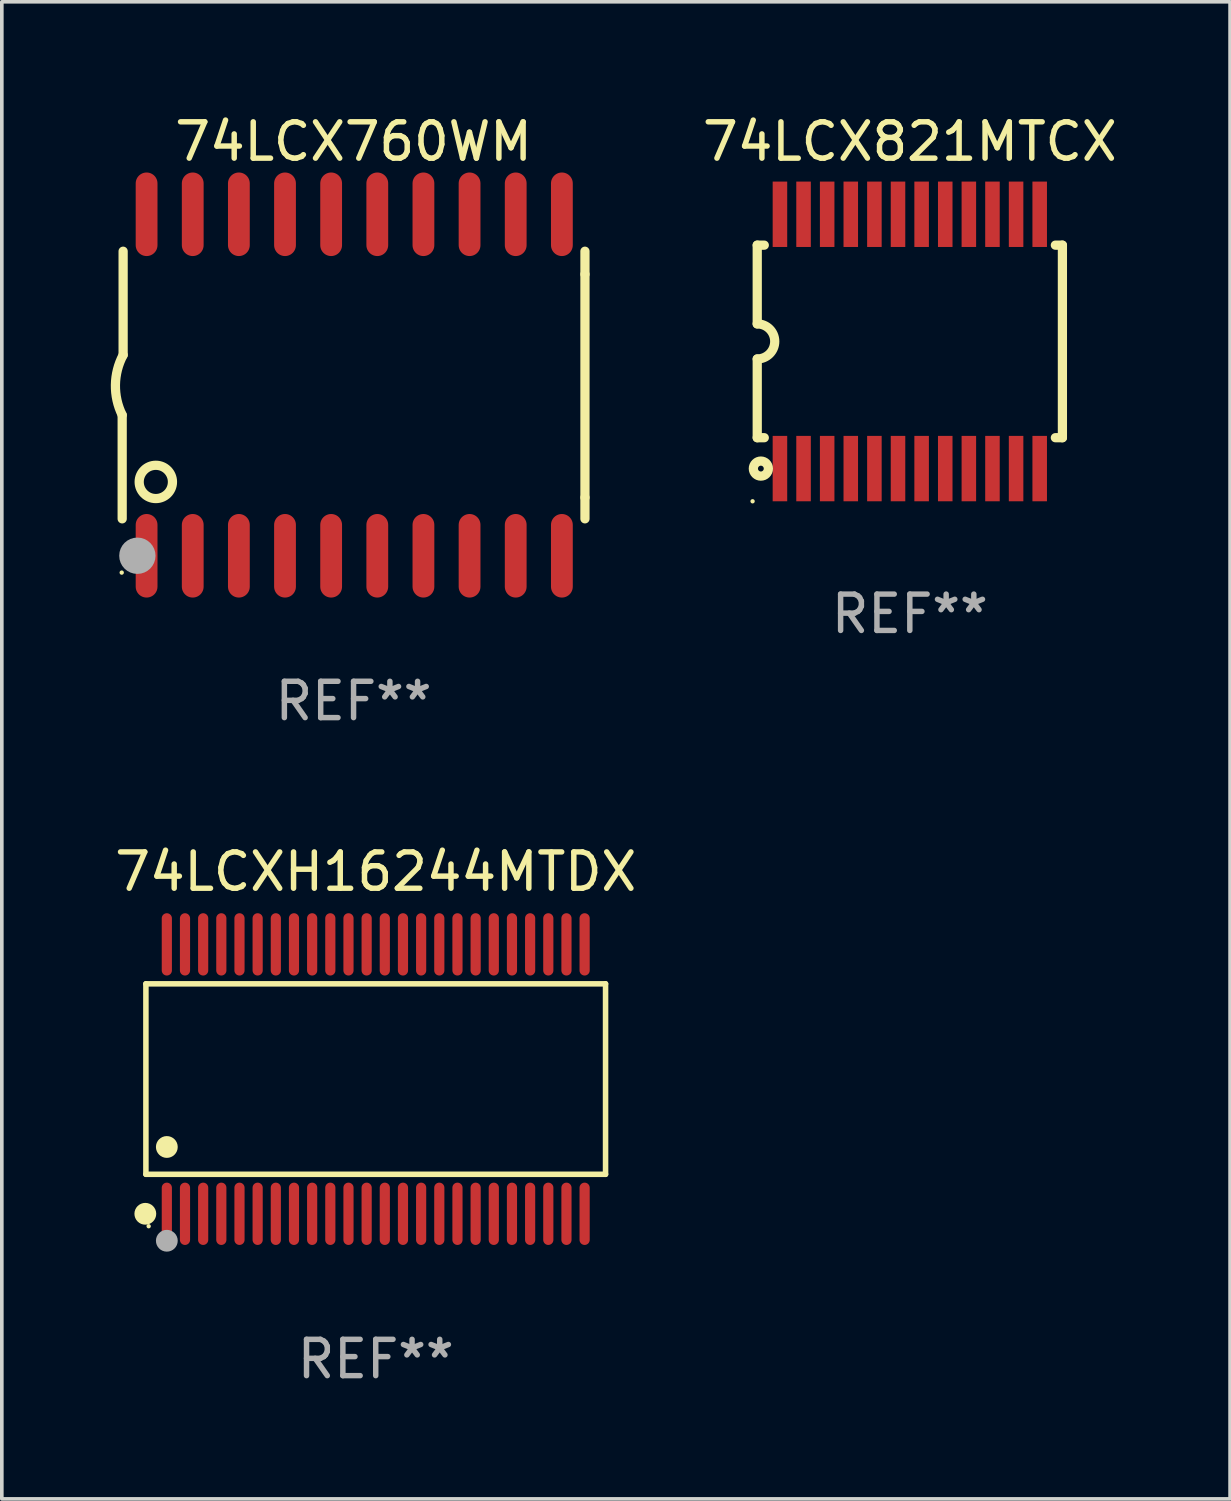
<source format=kicad_pcb>
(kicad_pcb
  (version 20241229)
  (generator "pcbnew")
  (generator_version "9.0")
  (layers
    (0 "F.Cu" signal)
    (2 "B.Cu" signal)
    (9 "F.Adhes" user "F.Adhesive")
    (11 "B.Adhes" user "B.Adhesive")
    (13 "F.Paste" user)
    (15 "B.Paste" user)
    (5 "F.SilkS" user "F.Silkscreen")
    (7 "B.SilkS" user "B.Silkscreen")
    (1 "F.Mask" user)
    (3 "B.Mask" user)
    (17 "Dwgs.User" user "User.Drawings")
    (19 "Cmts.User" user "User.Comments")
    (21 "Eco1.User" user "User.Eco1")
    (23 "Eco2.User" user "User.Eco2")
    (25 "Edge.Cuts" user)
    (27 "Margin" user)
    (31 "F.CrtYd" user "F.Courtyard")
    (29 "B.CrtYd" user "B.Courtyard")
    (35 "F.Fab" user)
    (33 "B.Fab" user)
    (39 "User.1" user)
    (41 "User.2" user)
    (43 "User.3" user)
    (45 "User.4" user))
  (footprint "74LCX821MTCX"
    (layer "F.Cu")
    (at 21.993 6.348)
    (property "Reference" "74LCX821MTCX" (at 0 -5.5 0) (layer "F.SilkS") (effects (font (size 1 1) (thickness 0.15))))
    (attr through_hole)
    (fp_line (start -4.2 -2.65) (end -4.006 -2.65) (stroke (width 0.254) (type solid)) (layer "F.SilkS"))
    (fp_line (start -4.2 -0.483) (end -4.2 -2.65) (stroke (width 0.254) (type solid)) (layer "F.SilkS"))
    (fp_line (start -4.2 2.65) (end -4.2 0.483) (stroke (width 0.254) (type solid)) (layer "F.SilkS"))
    (fp_line (start -4.2 2.65) (end -4.006 2.65) (stroke (width 0.254) (type solid)) (layer "F.SilkS"))
    (fp_line (start 4.006 -2.65) (end 4.2 -2.65) (stroke (width 0.254) (type solid)) (layer "F.SilkS"))
    (fp_line (start 4.006 2.65) (end 4.2 2.65) (stroke (width 0.254) (type solid)) (layer "F.SilkS"))
    (fp_line (start 4.2 -2.65) (end 4.2 2.65) (stroke (width 0.254) (type solid)) (layer "F.SilkS"))
    (fp_arc (start -4.201168 -0.4826) (mid -3.718568 -0.000583) (end -4.2 0.482601) (stroke (width 0.254001) (type solid)) (layer "F.SilkS"))
    (fp_circle (center -4.328 4.4) (end -4.298 4.4) (stroke (width 0.06) (type solid)) (fill no) (layer "F.SilkS"))
    (fp_circle (center -4.1 3.5) (end -4.02 3.5) (stroke (width 0.254) (type solid)) (fill no) (layer "F.SilkS"))
    (fp_text user "REF**" (at 0 7.5 0) (layer "F.Fab") (effects (font (size 1 1) (thickness 0.15))))
    (pad "1" smd rect (at -3.575 3.5 90) (size 1.8 0.4) (layers "F.Cu" "F.Mask" "F.Paste"))
    (pad "2" smd rect (at -2.925 3.5 90) (size 1.8 0.4) (layers "F.Cu" "F.Mask" "F.Paste"))
    (pad "3" smd rect (at -2.275 3.5 90) (size 1.8 0.4) (layers "F.Cu" "F.Mask" "F.Paste"))
    (pad "4" smd rect (at -1.625 3.5 90) (size 1.8 0.4) (layers "F.Cu" "F.Mask" "F.Paste"))
    (pad "5" smd rect (at -0.975 3.5 90) (size 1.8 0.4) (layers "F.Cu" "F.Mask" "F.Paste"))
    (pad "6" smd rect (at -0.325 3.5 90) (size 1.8 0.4) (layers "F.Cu" "F.Mask" "F.Paste"))
    (pad "7" smd rect (at 0.325 3.5 90) (size 1.8 0.4) (layers "F.Cu" "F.Mask" "F.Paste"))
    (pad "8" smd rect (at 0.975 3.5 90) (size 1.8 0.4) (layers "F.Cu" "F.Mask" "F.Paste"))
    (pad "9" smd rect (at 1.625 3.5 90) (size 1.8 0.4) (layers "F.Cu" "F.Mask" "F.Paste"))
    (pad "10" smd rect (at 2.275 3.5 90) (size 1.8 0.4) (layers "F.Cu" "F.Mask" "F.Paste"))
    (pad "11" smd rect (at 2.925 3.5 90) (size 1.8 0.4) (layers "F.Cu" "F.Mask" "F.Paste"))
    (pad "12" smd rect (at 3.575 3.5 90) (size 1.8 0.4) (layers "F.Cu" "F.Mask" "F.Paste"))
    (pad "13" smd rect (at 3.575 -3.5 90) (size 1.8 0.4) (layers "F.Cu" "F.Mask" "F.Paste"))
    (pad "14" smd rect (at 2.925 -3.5 90) (size 1.8 0.4) (layers "F.Cu" "F.Mask" "F.Paste"))
    (pad "15" smd rect (at 2.275 -3.5 90) (size 1.8 0.4) (layers "F.Cu" "F.Mask" "F.Paste"))
    (pad "16" smd rect (at 1.625 -3.5 90) (size 1.8 0.4) (layers "F.Cu" "F.Mask" "F.Paste"))
    (pad "17" smd rect (at 0.975 -3.5 90) (size 1.8 0.4) (layers "F.Cu" "F.Mask" "F.Paste"))
    (pad "18" smd rect (at 0.325 -3.5 90) (size 1.8 0.4) (layers "F.Cu" "F.Mask" "F.Paste"))
    (pad "19" smd rect (at -0.325 -3.5 90) (size 1.8 0.4) (layers "F.Cu" "F.Mask" "F.Paste"))
    (pad "20" smd rect (at -0.975 -3.5 90) (size 1.8 0.4) (layers "F.Cu" "F.Mask" "F.Paste"))
    (pad "21" smd rect (at -1.625 -3.5 90) (size 1.8 0.4) (layers "F.Cu" "F.Mask" "F.Paste"))
    (pad "22" smd rect (at -2.275 -3.5 90) (size 1.8 0.4) (layers "F.Cu" "F.Mask" "F.Paste"))
    (pad "23" smd rect (at -2.925 -3.5 90) (size 1.8 0.4) (layers "F.Cu" "F.Mask" "F.Paste"))
    (pad "24" smd rect (at -3.575 -3.5 90) (size 1.8 0.4) (layers "F.Cu" "F.Mask" "F.Paste")))
  (footprint "74LCX760WM"
    (layer "F.Cu")
    (at 6.682 7.548)
    (property "Reference" "74LCX760WM" (at 0 -6.7 0) (layer "F.SilkS") (effects (font (size 1 1) (thickness 0.15))))
    (attr through_hole)
    (fp_line (start -6.369 0.826) (end -6.369 3.683) (stroke (width 0.254) (type solid)) (layer "F.SilkS"))
    (fp_line (start -6.343 -0.825) (end -6.343 -3.683) (stroke (width 0.254) (type solid)) (layer "F.SilkS"))
    (fp_line (start 6.369 -3.048) (end 6.369 -3.683) (stroke (width 0.254) (type solid)) (layer "F.SilkS"))
    (fp_line (start 6.369 -3.048) (end 6.369 3.096) (stroke (width 0.254) (type solid)) (layer "F.SilkS"))
    (fp_line (start 6.369 3.096) (end 6.369 3.683) (stroke (width 0.254) (type solid)) (layer "F.SilkS"))
    (fp_arc (start -6.36853 0.825552) (mid -6.554743 -0.00301) (end -6.343129 -0.825451) (stroke (width 0.254001) (type solid)) (layer "F.SilkS"))
    (fp_circle (center -6.382 5.163) (end -6.352 5.163) (stroke (width 0.06) (type solid)) (fill no) (layer "F.SilkS"))
    (fp_circle (center -5.443 2.667) (end -4.985 2.667) (stroke (width 0.254) (type solid)) (fill no) (layer "F.SilkS"))
    (fp_circle (center -5.951 4.699) (end -5.701 4.699) (stroke (width 0.5) (type solid)) (fill no) (layer "F.Fab"))
    (fp_text user "REF**" (at 0 8.7 0) (layer "F.Fab") (effects (font (size 1 1) (thickness 0.15))))
    (pad "1" smd oval (at -5.697 4.7 180) (size 0.6 2.3) (layers "F.Cu" "F.Mask" "F.Paste"))
    (pad "2" smd oval (at -4.427 4.7 180) (size 0.6 2.3) (layers "F.Cu" "F.Mask" "F.Paste"))
    (pad "3" smd oval (at -3.157 4.7 180) (size 0.6 2.3) (layers "F.Cu" "F.Mask" "F.Paste"))
    (pad "4" smd oval (at -1.887 4.7 180) (size 0.6 2.3) (layers "F.Cu" "F.Mask" "F.Paste"))
    (pad "5" smd oval (at -0.617 4.7 180) (size 0.6 2.3) (layers "F.Cu" "F.Mask" "F.Paste"))
    (pad "6" smd oval (at 0.653 4.7 180) (size 0.6 2.3) (layers "F.Cu" "F.Mask" "F.Paste"))
    (pad "7" smd oval (at 1.923 4.7 180) (size 0.6 2.3) (layers "F.Cu" "F.Mask" "F.Paste"))
    (pad "8" smd oval (at 3.193 4.7 180) (size 0.6 2.3) (layers "F.Cu" "F.Mask" "F.Paste"))
    (pad "9" smd oval (at 4.463 4.7 180) (size 0.6 2.3) (layers "F.Cu" "F.Mask" "F.Paste"))
    (pad "10" smd oval (at 5.734 4.7 180) (size 0.6 2.3) (layers "F.Cu" "F.Mask" "F.Paste"))
    (pad "11" smd oval (at 5.734 -4.7 180) (size 0.6 2.3) (layers "F.Cu" "F.Mask" "F.Paste"))
    (pad "12" smd oval (at 4.463 -4.7 180) (size 0.6 2.3) (layers "F.Cu" "F.Mask" "F.Paste"))
    (pad "13" smd oval (at 3.193 -4.7 180) (size 0.6 2.3) (layers "F.Cu" "F.Mask" "F.Paste"))
    (pad "14" smd oval (at 1.923 -4.7 180) (size 0.6 2.3) (layers "F.Cu" "F.Mask" "F.Paste"))
    (pad "15" smd oval (at 0.653 -4.7 180) (size 0.6 2.3) (layers "F.Cu" "F.Mask" "F.Paste"))
    (pad "16" smd oval (at -0.617 -4.7 180) (size 0.6 2.3) (layers "F.Cu" "F.Mask" "F.Paste"))
    (pad "17" smd oval (at -1.887 -4.7 180) (size 0.6 2.3) (layers "F.Cu" "F.Mask" "F.Paste"))
    (pad "18" smd oval (at -3.157 -4.7 180) (size 0.6 2.3) (layers "F.Cu" "F.Mask" "F.Paste"))
    (pad "19" smd oval (at -4.427 -4.7 180) (size 0.6 2.3) (layers "F.Cu" "F.Mask" "F.Paste"))
    (pad "20" smd oval (at -5.697 -4.7 180) (size 0.6 2.3) (layers "F.Cu" "F.Mask" "F.Paste")))
  (footprint "74LCXH16244MTDX"
    (layer "F.Cu")
    (at 7.292 26.652)
    (property "Reference" "74LCXH16244MTDX" (at 0 -5.708 0) (layer "F.SilkS") (effects (font (size 1 1) (thickness 0.15))))
    (attr through_hole)
    (fp_line (start -6.326 -2.622) (end 6.326 -2.622) (stroke (width 0.152) (type solid)) (layer "F.SilkS"))
    (fp_line (start -6.326 2.621) (end -6.326 -2.622) (stroke (width 0.152) (type solid)) (layer "F.SilkS"))
    (fp_line (start 6.326 -2.622) (end 6.326 2.621) (stroke (width 0.152) (type solid)) (layer "F.SilkS"))
    (fp_line (start 6.326 2.621) (end -6.326 2.621) (stroke (width 0.152) (type solid)) (layer "F.SilkS"))
    (fp_circle (center -6.342 3.708) (end -6.192 3.708) (stroke (width 0.3) (type solid)) (fill no) (layer "F.SilkS"))
    (fp_circle (center -6.25 4.05) (end -6.22 4.05) (stroke (width 0.06) (type solid)) (fill no) (layer "F.SilkS"))
    (fp_circle (center -5.75 1.869) (end -5.6 1.869) (stroke (width 0.3) (type solid)) (fill no) (layer "F.SilkS"))
    (fp_circle (center -5.75 4.45) (end -5.6 4.45) (stroke (width 0.3) (type solid)) (fill no) (layer "F.Fab"))
    (fp_text user "REF**" (at 0 7.708 0) (layer "F.Fab") (effects (font (size 1 1) (thickness 0.15))))
    (pad "1" smd oval (at -5.75 3.708) (size 0.28 1.715) (layers "F.Cu" "F.Mask" "F.Paste"))
    (pad "2" smd oval (at -5.25 3.708) (size 0.28 1.715) (layers "F.Cu" "F.Mask" "F.Paste"))
    (pad "3" smd oval (at -4.75 3.708) (size 0.28 1.715) (layers "F.Cu" "F.Mask" "F.Paste"))
    (pad "4" smd oval (at -4.25 3.708) (size 0.28 1.715) (layers "F.Cu" "F.Mask" "F.Paste"))
    (pad "5" smd oval (at -3.75 3.708) (size 0.28 1.715) (layers "F.Cu" "F.Mask" "F.Paste"))
    (pad "6" smd oval (at -3.25 3.708) (size 0.28 1.715) (layers "F.Cu" "F.Mask" "F.Paste"))
    (pad "7" smd oval (at -2.75 3.708) (size 0.28 1.715) (layers "F.Cu" "F.Mask" "F.Paste"))
    (pad "8" smd oval (at -2.25 3.708) (size 0.28 1.715) (layers "F.Cu" "F.Mask" "F.Paste"))
    (pad "9" smd oval (at -1.75 3.708) (size 0.28 1.715) (layers "F.Cu" "F.Mask" "F.Paste"))
    (pad "10" smd oval (at -1.25 3.708) (size 0.28 1.715) (layers "F.Cu" "F.Mask" "F.Paste"))
    (pad "11" smd oval (at -0.75 3.708) (size 0.28 1.715) (layers "F.Cu" "F.Mask" "F.Paste"))
    (pad "12" smd oval (at -0.25 3.708) (size 0.28 1.715) (layers "F.Cu" "F.Mask" "F.Paste"))
    (pad "13" smd oval (at 0.25 3.708) (size 0.28 1.715) (layers "F.Cu" "F.Mask" "F.Paste"))
    (pad "14" smd oval (at 0.75 3.708) (size 0.28 1.715) (layers "F.Cu" "F.Mask" "F.Paste"))
    (pad "15" smd oval (at 1.25 3.708) (size 0.28 1.715) (layers "F.Cu" "F.Mask" "F.Paste"))
    (pad "16" smd oval (at 1.75 3.708) (size 0.28 1.715) (layers "F.Cu" "F.Mask" "F.Paste"))
    (pad "17" smd oval (at 2.25 3.708) (size 0.28 1.715) (layers "F.Cu" "F.Mask" "F.Paste"))
    (pad "18" smd oval (at 2.75 3.708) (size 0.28 1.715) (layers "F.Cu" "F.Mask" "F.Paste"))
    (pad "19" smd oval (at 3.25 3.708) (size 0.28 1.715) (layers "F.Cu" "F.Mask" "F.Paste"))
    (pad "20" smd oval (at 3.75 3.708) (size 0.28 1.715) (layers "F.Cu" "F.Mask" "F.Paste"))
    (pad "21" smd oval (at 4.25 3.708) (size 0.28 1.715) (layers "F.Cu" "F.Mask" "F.Paste"))
    (pad "22" smd oval (at 4.75 3.708) (size 0.28 1.715) (layers "F.Cu" "F.Mask" "F.Paste"))
    (pad "23" smd oval (at 5.25 3.708) (size 0.28 1.715) (layers "F.Cu" "F.Mask" "F.Paste"))
    (pad "24" smd oval (at 5.75 3.708) (size 0.28 1.715) (layers "F.Cu" "F.Mask" "F.Paste"))
    (pad "25" smd oval (at 5.75 -3.708) (size 0.28 1.715) (layers "F.Cu" "F.Mask" "F.Paste"))
    (pad "26" smd oval (at 5.25 -3.708) (size 0.28 1.715) (layers "F.Cu" "F.Mask" "F.Paste"))
    (pad "27" smd oval (at 4.75 -3.708) (size 0.28 1.715) (layers "F.Cu" "F.Mask" "F.Paste"))
    (pad "28" smd oval (at 4.25 -3.708) (size 0.28 1.715) (layers "F.Cu" "F.Mask" "F.Paste"))
    (pad "29" smd oval (at 3.75 -3.708) (size 0.28 1.715) (layers "F.Cu" "F.Mask" "F.Paste"))
    (pad "30" smd oval (at 3.25 -3.708) (size 0.28 1.715) (layers "F.Cu" "F.Mask" "F.Paste"))
    (pad "31" smd oval (at 2.75 -3.708) (size 0.28 1.715) (layers "F.Cu" "F.Mask" "F.Paste"))
    (pad "32" smd oval (at 2.25 -3.708) (size 0.28 1.715) (layers "F.Cu" "F.Mask" "F.Paste"))
    (pad "33" smd oval (at 1.75 -3.708) (size 0.28 1.715) (layers "F.Cu" "F.Mask" "F.Paste"))
    (pad "34" smd oval (at 1.25 -3.708) (size 0.28 1.715) (layers "F.Cu" "F.Mask" "F.Paste"))
    (pad "35" smd oval (at 0.75 -3.708) (size 0.28 1.715) (layers "F.Cu" "F.Mask" "F.Paste"))
    (pad "36" smd oval (at 0.25 -3.708) (size 0.28 1.715) (layers "F.Cu" "F.Mask" "F.Paste"))
    (pad "37" smd oval (at -0.25 -3.708) (size 0.28 1.715) (layers "F.Cu" "F.Mask" "F.Paste"))
    (pad "38" smd oval (at -0.75 -3.708) (size 0.28 1.715) (layers "F.Cu" "F.Mask" "F.Paste"))
    (pad "39" smd oval (at -1.25 -3.708) (size 0.28 1.715) (layers "F.Cu" "F.Mask" "F.Paste"))
    (pad "40" smd oval (at -1.75 -3.708) (size 0.28 1.715) (layers "F.Cu" "F.Mask" "F.Paste"))
    (pad "41" smd oval (at -2.25 -3.708) (size 0.28 1.715) (layers "F.Cu" "F.Mask" "F.Paste"))
    (pad "42" smd oval (at -2.75 -3.708) (size 0.28 1.715) (layers "F.Cu" "F.Mask" "F.Paste"))
    (pad "43" smd oval (at -3.25 -3.708) (size 0.28 1.715) (layers "F.Cu" "F.Mask" "F.Paste"))
    (pad "44" smd oval (at -3.75 -3.708) (size 0.28 1.715) (layers "F.Cu" "F.Mask" "F.Paste"))
    (pad "45" smd oval (at -4.25 -3.708) (size 0.28 1.715) (layers "F.Cu" "F.Mask" "F.Paste"))
    (pad "46" smd oval (at -4.75 -3.708) (size 0.28 1.715) (layers "F.Cu" "F.Mask" "F.Paste"))
    (pad "47" smd oval (at -5.25 -3.708) (size 0.28 1.715) (layers "F.Cu" "F.Mask" "F.Paste"))
    (pad "48" smd oval (at -5.75 -3.708) (size 0.28 1.715) (layers "F.Cu" "F.Mask" "F.Paste")))
  (gr_rect
    (start -3 -3)
    (end 30.808 38.208)
    (stroke (width 0.1) (type default))
    (fill no)
    (layer "Edge.Cuts")))
</source>
